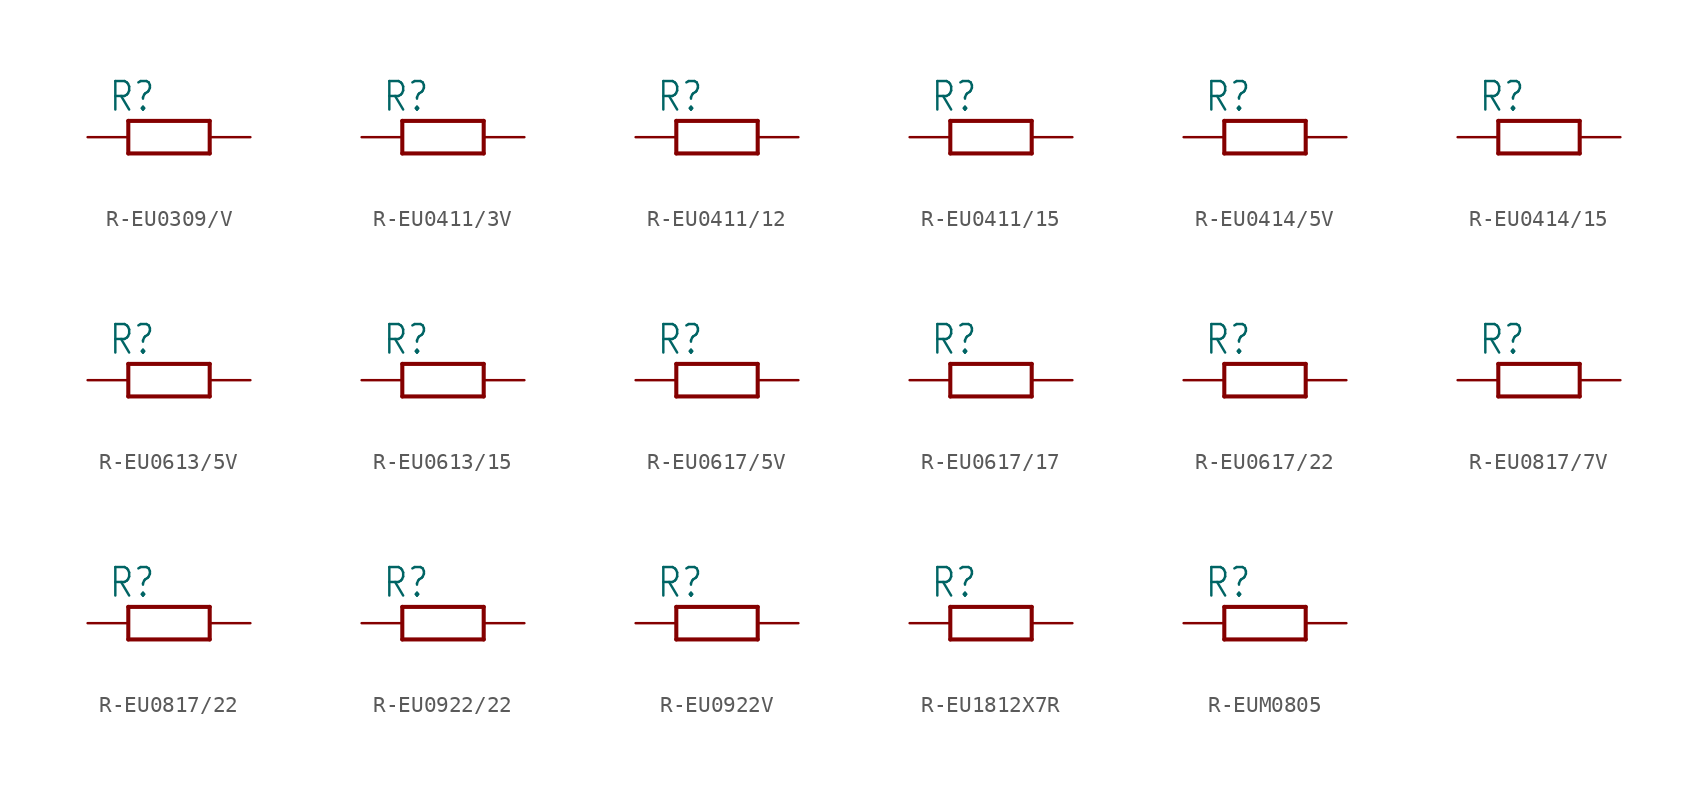
<source format=kicad_sym>
(kicad_symbol_lib
  (version 20220914)
  (generator kicad_symbol_editor)
  (symbol "R-EU0309/V"
    (property "Reference" "R"
      (at -3.81 1.499 0)
      (effects (font (size 1.778 1.511)) (justify left bottom)))
    (property "Value" ""
      (at -3.81 -3.302 0)
      (effects (font (size 1.778 1.511)) (justify left bottom)))
    (property "ki_locked" ""
      (at 0 0 0)
      (effects (font (size 1.27 1.27))))
    (symbol "R-EU0309/V_1_0"
      (polyline (pts (xy -2.54 -1.016) (xy -2.54 1.016)) (stroke (width 0.254) (type solid)) (fill (type none)))
      (polyline (pts (xy -2.54 1.016) (xy 2.54 1.016)) (stroke (width 0.254) (type solid)) (fill (type none)))
      (polyline (pts (xy 2.54 -1.016) (xy -2.54 -1.016)) (stroke (width 0.254) (type solid)) (fill (type none)))
      (polyline (pts (xy 2.54 1.016) (xy 2.54 -1.016)) (stroke (width 0.254) (type solid)) (fill (type none)))
      (pin passive line (at -5.08 0 0) (length 2.54) (name "1" (effects (font (size 0 0)))) (number "1" (effects (font (size 0 0)))))
      (pin passive line (at 5.08 0 180) (length 2.54) (name "2" (effects (font (size 0 0)))) (number "2" (effects (font (size 0 0)))))))
  (symbol "R-EU0411/3V"
    (property "Reference" "R"
      (at -3.81 1.499 0)
      (effects (font (size 1.778 1.511)) (justify left bottom)))
    (property "Value" ""
      (at -3.81 -3.302 0)
      (effects (font (size 1.778 1.511)) (justify left bottom)))
    (property "ki_locked" ""
      (at 0 0 0)
      (effects (font (size 1.27 1.27))))
    (symbol "R-EU0411/3V_1_0"
      (polyline (pts (xy -2.54 -1.016) (xy -2.54 1.016)) (stroke (width 0.254) (type solid)) (fill (type none)))
      (polyline (pts (xy -2.54 1.016) (xy 2.54 1.016)) (stroke (width 0.254) (type solid)) (fill (type none)))
      (polyline (pts (xy 2.54 -1.016) (xy -2.54 -1.016)) (stroke (width 0.254) (type solid)) (fill (type none)))
      (polyline (pts (xy 2.54 1.016) (xy 2.54 -1.016)) (stroke (width 0.254) (type solid)) (fill (type none)))
      (pin passive line (at -5.08 0 0) (length 2.54) (name "1" (effects (font (size 0 0)))) (number "1" (effects (font (size 0 0)))))
      (pin passive line (at 5.08 0 180) (length 2.54) (name "2" (effects (font (size 0 0)))) (number "2" (effects (font (size 0 0)))))))
  (symbol "R-EU0411/12"
    (property "Reference" "R"
      (at -3.81 1.499 0)
      (effects (font (size 1.778 1.511)) (justify left bottom)))
    (property "Value" ""
      (at -3.81 -3.302 0)
      (effects (font (size 1.778 1.511)) (justify left bottom)))
    (property "ki_locked" ""
      (at 0 0 0)
      (effects (font (size 1.27 1.27))))
    (symbol "R-EU0411/12_1_0"
      (polyline (pts (xy -2.54 -1.016) (xy -2.54 1.016)) (stroke (width 0.254) (type solid)) (fill (type none)))
      (polyline (pts (xy -2.54 1.016) (xy 2.54 1.016)) (stroke (width 0.254) (type solid)) (fill (type none)))
      (polyline (pts (xy 2.54 -1.016) (xy -2.54 -1.016)) (stroke (width 0.254) (type solid)) (fill (type none)))
      (polyline (pts (xy 2.54 1.016) (xy 2.54 -1.016)) (stroke (width 0.254) (type solid)) (fill (type none)))
      (pin passive line (at -5.08 0 0) (length 2.54) (name "1" (effects (font (size 0 0)))) (number "1" (effects (font (size 0 0)))))
      (pin passive line (at 5.08 0 180) (length 2.54) (name "2" (effects (font (size 0 0)))) (number "2" (effects (font (size 0 0)))))))
  (symbol "R-EU0411/15"
    (property "Reference" "R"
      (at -3.81 1.499 0)
      (effects (font (size 1.778 1.511)) (justify left bottom)))
    (property "Value" ""
      (at -3.81 -3.302 0)
      (effects (font (size 1.778 1.511)) (justify left bottom)))
    (property "ki_locked" ""
      (at 0 0 0)
      (effects (font (size 1.27 1.27))))
    (symbol "R-EU0411/15_1_0"
      (polyline (pts (xy -2.54 -1.016) (xy -2.54 1.016)) (stroke (width 0.254) (type solid)) (fill (type none)))
      (polyline (pts (xy -2.54 1.016) (xy 2.54 1.016)) (stroke (width 0.254) (type solid)) (fill (type none)))
      (polyline (pts (xy 2.54 -1.016) (xy -2.54 -1.016)) (stroke (width 0.254) (type solid)) (fill (type none)))
      (polyline (pts (xy 2.54 1.016) (xy 2.54 -1.016)) (stroke (width 0.254) (type solid)) (fill (type none)))
      (pin passive line (at -5.08 0 0) (length 2.54) (name "1" (effects (font (size 0 0)))) (number "1" (effects (font (size 0 0)))))
      (pin passive line (at 5.08 0 180) (length 2.54) (name "2" (effects (font (size 0 0)))) (number "2" (effects (font (size 0 0)))))))
  (symbol "R-EU0414/5V"
    (property "Reference" "R"
      (at -3.81 1.499 0)
      (effects (font (size 1.778 1.511)) (justify left bottom)))
    (property "Value" ""
      (at -3.81 -3.302 0)
      (effects (font (size 1.778 1.511)) (justify left bottom)))
    (property "ki_locked" ""
      (at 0 0 0)
      (effects (font (size 1.27 1.27))))
    (symbol "R-EU0414/5V_1_0"
      (polyline (pts (xy -2.54 -1.016) (xy -2.54 1.016)) (stroke (width 0.254) (type solid)) (fill (type none)))
      (polyline (pts (xy -2.54 1.016) (xy 2.54 1.016)) (stroke (width 0.254) (type solid)) (fill (type none)))
      (polyline (pts (xy 2.54 -1.016) (xy -2.54 -1.016)) (stroke (width 0.254) (type solid)) (fill (type none)))
      (polyline (pts (xy 2.54 1.016) (xy 2.54 -1.016)) (stroke (width 0.254) (type solid)) (fill (type none)))
      (pin passive line (at -5.08 0 0) (length 2.54) (name "1" (effects (font (size 0 0)))) (number "1" (effects (font (size 0 0)))))
      (pin passive line (at 5.08 0 180) (length 2.54) (name "2" (effects (font (size 0 0)))) (number "2" (effects (font (size 0 0)))))))
  (symbol "R-EU0414/15"
    (property "Reference" "R"
      (at -3.81 1.499 0)
      (effects (font (size 1.778 1.511)) (justify left bottom)))
    (property "Value" ""
      (at -3.81 -3.302 0)
      (effects (font (size 1.778 1.511)) (justify left bottom)))
    (property "ki_locked" ""
      (at 0 0 0)
      (effects (font (size 1.27 1.27))))
    (symbol "R-EU0414/15_1_0"
      (polyline (pts (xy -2.54 -1.016) (xy -2.54 1.016)) (stroke (width 0.254) (type solid)) (fill (type none)))
      (polyline (pts (xy -2.54 1.016) (xy 2.54 1.016)) (stroke (width 0.254) (type solid)) (fill (type none)))
      (polyline (pts (xy 2.54 -1.016) (xy -2.54 -1.016)) (stroke (width 0.254) (type solid)) (fill (type none)))
      (polyline (pts (xy 2.54 1.016) (xy 2.54 -1.016)) (stroke (width 0.254) (type solid)) (fill (type none)))
      (pin passive line (at -5.08 0 0) (length 2.54) (name "1" (effects (font (size 0 0)))) (number "1" (effects (font (size 0 0)))))
      (pin passive line (at 5.08 0 180) (length 2.54) (name "2" (effects (font (size 0 0)))) (number "2" (effects (font (size 0 0)))))))
  (symbol "R-EU0613/5V"
    (property "Reference" "R"
      (at -3.81 1.499 0)
      (effects (font (size 1.778 1.511)) (justify left bottom)))
    (property "Value" ""
      (at -3.81 -3.302 0)
      (effects (font (size 1.778 1.511)) (justify left bottom)))
    (property "ki_locked" ""
      (at 0 0 0)
      (effects (font (size 1.27 1.27))))
    (symbol "R-EU0613/5V_1_0"
      (polyline (pts (xy -2.54 -1.016) (xy -2.54 1.016)) (stroke (width 0.254) (type solid)) (fill (type none)))
      (polyline (pts (xy -2.54 1.016) (xy 2.54 1.016)) (stroke (width 0.254) (type solid)) (fill (type none)))
      (polyline (pts (xy 2.54 -1.016) (xy -2.54 -1.016)) (stroke (width 0.254) (type solid)) (fill (type none)))
      (polyline (pts (xy 2.54 1.016) (xy 2.54 -1.016)) (stroke (width 0.254) (type solid)) (fill (type none)))
      (pin passive line (at -5.08 0 0) (length 2.54) (name "1" (effects (font (size 0 0)))) (number "1" (effects (font (size 0 0)))))
      (pin passive line (at 5.08 0 180) (length 2.54) (name "2" (effects (font (size 0 0)))) (number "2" (effects (font (size 0 0)))))))
  (symbol "R-EU0613/15"
    (property "Reference" "R"
      (at -3.81 1.499 0)
      (effects (font (size 1.778 1.511)) (justify left bottom)))
    (property "Value" ""
      (at -3.81 -3.302 0)
      (effects (font (size 1.778 1.511)) (justify left bottom)))
    (property "ki_locked" ""
      (at 0 0 0)
      (effects (font (size 1.27 1.27))))
    (symbol "R-EU0613/15_1_0"
      (polyline (pts (xy -2.54 -1.016) (xy -2.54 1.016)) (stroke (width 0.254) (type solid)) (fill (type none)))
      (polyline (pts (xy -2.54 1.016) (xy 2.54 1.016)) (stroke (width 0.254) (type solid)) (fill (type none)))
      (polyline (pts (xy 2.54 -1.016) (xy -2.54 -1.016)) (stroke (width 0.254) (type solid)) (fill (type none)))
      (polyline (pts (xy 2.54 1.016) (xy 2.54 -1.016)) (stroke (width 0.254) (type solid)) (fill (type none)))
      (pin passive line (at -5.08 0 0) (length 2.54) (name "1" (effects (font (size 0 0)))) (number "1" (effects (font (size 0 0)))))
      (pin passive line (at 5.08 0 180) (length 2.54) (name "2" (effects (font (size 0 0)))) (number "2" (effects (font (size 0 0)))))))
  (symbol "R-EU0617/5V"
    (property "Reference" "R"
      (at -3.81 1.499 0)
      (effects (font (size 1.778 1.511)) (justify left bottom)))
    (property "Value" ""
      (at -3.81 -3.302 0)
      (effects (font (size 1.778 1.511)) (justify left bottom)))
    (property "ki_locked" ""
      (at 0 0 0)
      (effects (font (size 1.27 1.27))))
    (symbol "R-EU0617/5V_1_0"
      (polyline (pts (xy -2.54 -1.016) (xy -2.54 1.016)) (stroke (width 0.254) (type solid)) (fill (type none)))
      (polyline (pts (xy -2.54 1.016) (xy 2.54 1.016)) (stroke (width 0.254) (type solid)) (fill (type none)))
      (polyline (pts (xy 2.54 -1.016) (xy -2.54 -1.016)) (stroke (width 0.254) (type solid)) (fill (type none)))
      (polyline (pts (xy 2.54 1.016) (xy 2.54 -1.016)) (stroke (width 0.254) (type solid)) (fill (type none)))
      (pin passive line (at -5.08 0 0) (length 2.54) (name "1" (effects (font (size 0 0)))) (number "1" (effects (font (size 0 0)))))
      (pin passive line (at 5.08 0 180) (length 2.54) (name "2" (effects (font (size 0 0)))) (number "2" (effects (font (size 0 0)))))))
  (symbol "R-EU0617/17"
    (property "Reference" "R"
      (at -3.81 1.499 0)
      (effects (font (size 1.778 1.511)) (justify left bottom)))
    (property "Value" ""
      (at -3.81 -3.302 0)
      (effects (font (size 1.778 1.511)) (justify left bottom)))
    (property "ki_locked" ""
      (at 0 0 0)
      (effects (font (size 1.27 1.27))))
    (symbol "R-EU0617/17_1_0"
      (polyline (pts (xy -2.54 -1.016) (xy -2.54 1.016)) (stroke (width 0.254) (type solid)) (fill (type none)))
      (polyline (pts (xy -2.54 1.016) (xy 2.54 1.016)) (stroke (width 0.254) (type solid)) (fill (type none)))
      (polyline (pts (xy 2.54 -1.016) (xy -2.54 -1.016)) (stroke (width 0.254) (type solid)) (fill (type none)))
      (polyline (pts (xy 2.54 1.016) (xy 2.54 -1.016)) (stroke (width 0.254) (type solid)) (fill (type none)))
      (pin passive line (at -5.08 0 0) (length 2.54) (name "1" (effects (font (size 0 0)))) (number "1" (effects (font (size 0 0)))))
      (pin passive line (at 5.08 0 180) (length 2.54) (name "2" (effects (font (size 0 0)))) (number "2" (effects (font (size 0 0)))))))
  (symbol "R-EU0617/22"
    (property "Reference" "R"
      (at -3.81 1.499 0)
      (effects (font (size 1.778 1.511)) (justify left bottom)))
    (property "Value" ""
      (at -3.81 -3.302 0)
      (effects (font (size 1.778 1.511)) (justify left bottom)))
    (property "ki_locked" ""
      (at 0 0 0)
      (effects (font (size 1.27 1.27))))
    (symbol "R-EU0617/22_1_0"
      (polyline (pts (xy -2.54 -1.016) (xy -2.54 1.016)) (stroke (width 0.254) (type solid)) (fill (type none)))
      (polyline (pts (xy -2.54 1.016) (xy 2.54 1.016)) (stroke (width 0.254) (type solid)) (fill (type none)))
      (polyline (pts (xy 2.54 -1.016) (xy -2.54 -1.016)) (stroke (width 0.254) (type solid)) (fill (type none)))
      (polyline (pts (xy 2.54 1.016) (xy 2.54 -1.016)) (stroke (width 0.254) (type solid)) (fill (type none)))
      (pin passive line (at -5.08 0 0) (length 2.54) (name "1" (effects (font (size 0 0)))) (number "1" (effects (font (size 0 0)))))
      (pin passive line (at 5.08 0 180) (length 2.54) (name "2" (effects (font (size 0 0)))) (number "2" (effects (font (size 0 0)))))))
  (symbol "R-EU0817/7V"
    (property "Reference" "R"
      (at -3.81 1.499 0)
      (effects (font (size 1.778 1.511)) (justify left bottom)))
    (property "Value" ""
      (at -3.81 -3.302 0)
      (effects (font (size 1.778 1.511)) (justify left bottom)))
    (property "ki_locked" ""
      (at 0 0 0)
      (effects (font (size 1.27 1.27))))
    (symbol "R-EU0817/7V_1_0"
      (polyline (pts (xy -2.54 -1.016) (xy -2.54 1.016)) (stroke (width 0.254) (type solid)) (fill (type none)))
      (polyline (pts (xy -2.54 1.016) (xy 2.54 1.016)) (stroke (width 0.254) (type solid)) (fill (type none)))
      (polyline (pts (xy 2.54 -1.016) (xy -2.54 -1.016)) (stroke (width 0.254) (type solid)) (fill (type none)))
      (polyline (pts (xy 2.54 1.016) (xy 2.54 -1.016)) (stroke (width 0.254) (type solid)) (fill (type none)))
      (pin passive line (at -5.08 0 0) (length 2.54) (name "1" (effects (font (size 0 0)))) (number "1" (effects (font (size 0 0)))))
      (pin passive line (at 5.08 0 180) (length 2.54) (name "2" (effects (font (size 0 0)))) (number "2" (effects (font (size 0 0)))))))
  (symbol "R-EU0817/22"
    (property "Reference" "R"
      (at -3.81 1.499 0)
      (effects (font (size 1.778 1.511)) (justify left bottom)))
    (property "Value" ""
      (at -3.81 -3.302 0)
      (effects (font (size 1.778 1.511)) (justify left bottom)))
    (property "ki_locked" ""
      (at 0 0 0)
      (effects (font (size 1.27 1.27))))
    (symbol "R-EU0817/22_1_0"
      (polyline (pts (xy -2.54 -1.016) (xy -2.54 1.016)) (stroke (width 0.254) (type solid)) (fill (type none)))
      (polyline (pts (xy -2.54 1.016) (xy 2.54 1.016)) (stroke (width 0.254) (type solid)) (fill (type none)))
      (polyline (pts (xy 2.54 -1.016) (xy -2.54 -1.016)) (stroke (width 0.254) (type solid)) (fill (type none)))
      (polyline (pts (xy 2.54 1.016) (xy 2.54 -1.016)) (stroke (width 0.254) (type solid)) (fill (type none)))
      (pin passive line (at -5.08 0 0) (length 2.54) (name "1" (effects (font (size 0 0)))) (number "1" (effects (font (size 0 0)))))
      (pin passive line (at 5.08 0 180) (length 2.54) (name "2" (effects (font (size 0 0)))) (number "2" (effects (font (size 0 0)))))))
  (symbol "R-EU0922/22"
    (property "Reference" "R"
      (at -3.81 1.499 0)
      (effects (font (size 1.778 1.511)) (justify left bottom)))
    (property "Value" ""
      (at -3.81 -3.302 0)
      (effects (font (size 1.778 1.511)) (justify left bottom)))
    (property "ki_locked" ""
      (at 0 0 0)
      (effects (font (size 1.27 1.27))))
    (symbol "R-EU0922/22_1_0"
      (polyline (pts (xy -2.54 -1.016) (xy -2.54 1.016)) (stroke (width 0.254) (type solid)) (fill (type none)))
      (polyline (pts (xy -2.54 1.016) (xy 2.54 1.016)) (stroke (width 0.254) (type solid)) (fill (type none)))
      (polyline (pts (xy 2.54 -1.016) (xy -2.54 -1.016)) (stroke (width 0.254) (type solid)) (fill (type none)))
      (polyline (pts (xy 2.54 1.016) (xy 2.54 -1.016)) (stroke (width 0.254) (type solid)) (fill (type none)))
      (pin passive line (at -5.08 0 0) (length 2.54) (name "1" (effects (font (size 0 0)))) (number "1" (effects (font (size 0 0)))))
      (pin passive line (at 5.08 0 180) (length 2.54) (name "2" (effects (font (size 0 0)))) (number "2" (effects (font (size 0 0)))))))
  (symbol "R-EU0922V"
    (property "Reference" "R"
      (at -3.81 1.499 0)
      (effects (font (size 1.778 1.511)) (justify left bottom)))
    (property "Value" ""
      (at -3.81 -3.302 0)
      (effects (font (size 1.778 1.511)) (justify left bottom)))
    (property "ki_locked" ""
      (at 0 0 0)
      (effects (font (size 1.27 1.27))))
    (symbol "R-EU0922V_1_0"
      (polyline (pts (xy -2.54 -1.016) (xy -2.54 1.016)) (stroke (width 0.254) (type solid)) (fill (type none)))
      (polyline (pts (xy -2.54 1.016) (xy 2.54 1.016)) (stroke (width 0.254) (type solid)) (fill (type none)))
      (polyline (pts (xy 2.54 -1.016) (xy -2.54 -1.016)) (stroke (width 0.254) (type solid)) (fill (type none)))
      (polyline (pts (xy 2.54 1.016) (xy 2.54 -1.016)) (stroke (width 0.254) (type solid)) (fill (type none)))
      (pin passive line (at -5.08 0 0) (length 2.54) (name "1" (effects (font (size 0 0)))) (number "1" (effects (font (size 0 0)))))
      (pin passive line (at 5.08 0 180) (length 2.54) (name "2" (effects (font (size 0 0)))) (number "2" (effects (font (size 0 0)))))))
  (symbol "R-EU1812X7R"
    (property "Reference" "R"
      (at -3.81 1.499 0)
      (effects (font (size 1.778 1.511)) (justify left bottom)))
    (property "Value" ""
      (at -3.81 -3.302 0)
      (effects (font (size 1.778 1.511)) (justify left bottom)))
    (property "ki_locked" ""
      (at 0 0 0)
      (effects (font (size 1.27 1.27))))
    (symbol "R-EU1812X7R_1_0"
      (polyline (pts (xy -2.54 -1.016) (xy -2.54 1.016)) (stroke (width 0.254) (type solid)) (fill (type none)))
      (polyline (pts (xy -2.54 1.016) (xy 2.54 1.016)) (stroke (width 0.254) (type solid)) (fill (type none)))
      (polyline (pts (xy 2.54 -1.016) (xy -2.54 -1.016)) (stroke (width 0.254) (type solid)) (fill (type none)))
      (polyline (pts (xy 2.54 1.016) (xy 2.54 -1.016)) (stroke (width 0.254) (type solid)) (fill (type none)))
      (pin passive line (at -5.08 0 0) (length 2.54) (name "1" (effects (font (size 0 0)))) (number "1" (effects (font (size 0 0)))))
      (pin passive line (at 5.08 0 180) (length 2.54) (name "2" (effects (font (size 0 0)))) (number "2" (effects (font (size 0 0)))))))
  (symbol "R-EUM0805"
    (property "Reference" "R"
      (at -3.81 1.499 0)
      (effects (font (size 1.778 1.511)) (justify left bottom)))
    (property "Value" ""
      (at -3.81 -3.302 0)
      (effects (font (size 1.778 1.511)) (justify left bottom)))
    (property "ki_locked" ""
      (at 0 0 0)
      (effects (font (size 1.27 1.27))))
    (symbol "R-EUM0805_1_0"
      (polyline (pts (xy -2.54 -1.016) (xy -2.54 1.016)) (stroke (width 0.254) (type solid)) (fill (type none)))
      (polyline (pts (xy -2.54 1.016) (xy 2.54 1.016)) (stroke (width 0.254) (type solid)) (fill (type none)))
      (polyline (pts (xy 2.54 -1.016) (xy -2.54 -1.016)) (stroke (width 0.254) (type solid)) (fill (type none)))
      (polyline (pts (xy 2.54 1.016) (xy 2.54 -1.016)) (stroke (width 0.254) (type solid)) (fill (type none)))
      (pin passive line (at -5.08 0 0) (length 2.54) (name "1" (effects (font (size 0 0)))) (number "1" (effects (font (size 0 0)))))
      (pin passive line (at 5.08 0 180) (length 2.54) (name "2" (effects (font (size 0 0)))) (number "2" (effects (font (size 0 0))))))))
</source>
